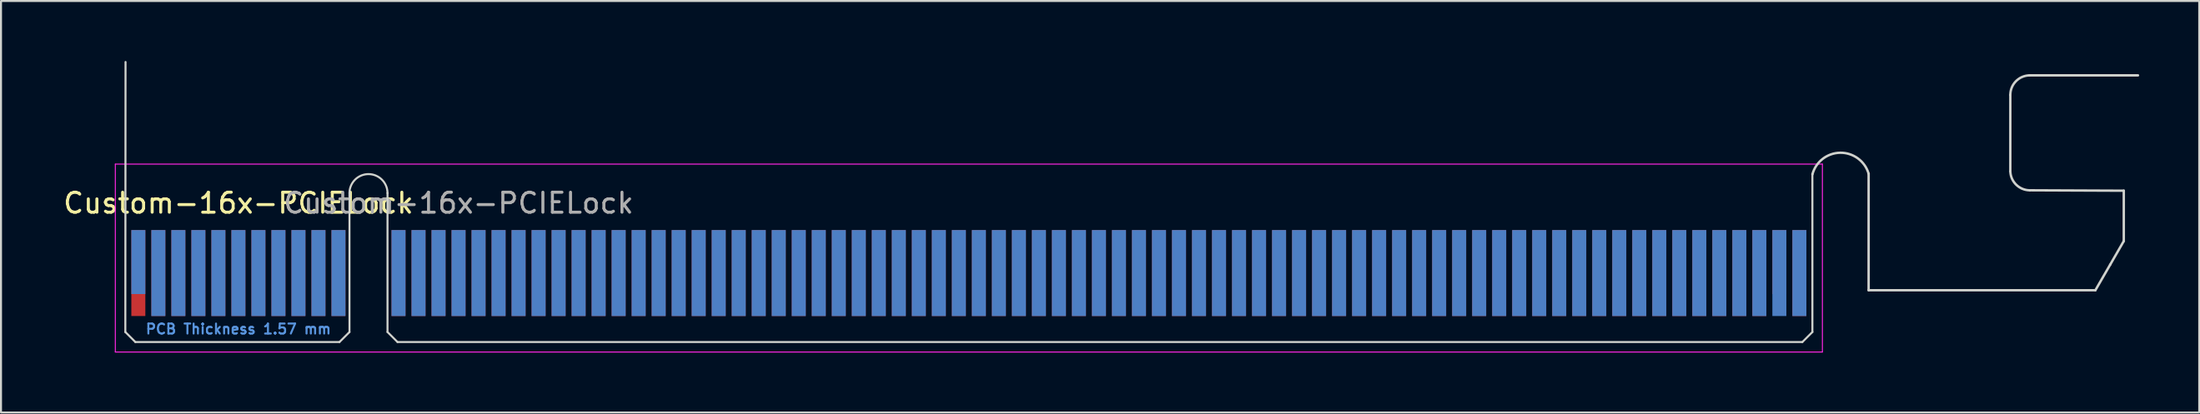
<source format=kicad_pcb>
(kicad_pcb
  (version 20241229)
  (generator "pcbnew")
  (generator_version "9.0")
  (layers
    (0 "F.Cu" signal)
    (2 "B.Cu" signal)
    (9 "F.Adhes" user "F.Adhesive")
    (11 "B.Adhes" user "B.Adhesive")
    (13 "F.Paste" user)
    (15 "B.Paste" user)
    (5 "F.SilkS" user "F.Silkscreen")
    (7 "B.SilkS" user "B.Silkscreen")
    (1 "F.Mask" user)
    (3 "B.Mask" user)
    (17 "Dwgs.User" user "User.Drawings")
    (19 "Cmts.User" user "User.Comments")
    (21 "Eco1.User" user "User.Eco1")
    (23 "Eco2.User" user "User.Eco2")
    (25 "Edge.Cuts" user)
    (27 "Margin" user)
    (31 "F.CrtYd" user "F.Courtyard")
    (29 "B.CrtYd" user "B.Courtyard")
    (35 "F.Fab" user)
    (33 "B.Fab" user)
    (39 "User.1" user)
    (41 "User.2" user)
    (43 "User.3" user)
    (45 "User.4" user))
  (footprint "Custom-16x-PCIELock"
    (layer "F.Cu")
    (at 3.863 10.61)
    (property "Reference" "Custom-16x-PCIELock" (at 5 -3.5 0) (layer "F.SilkS") (effects (font (size 1 1) (thickness 0.15))))
    (attr exclude_from_pos_files)
    (fp_line (start -0.65 2.95) (end -0.15 3.45) (stroke (width 0.1) (type solid)) (layer "Edge.Cuts"))
    (fp_line (start -0.64 -10.56) (end -0.65 2.95) (stroke (width 0.1) (type solid)) (layer "Edge.Cuts"))
    (fp_line (start -0.15 3.45) (end 10.05 3.45) (stroke (width 0.1) (type solid)) (layer "Edge.Cuts"))
    (fp_line (start 10.55 -4) (end 10.55 2.95) (stroke (width 0.1) (type solid)) (layer "Edge.Cuts"))
    (fp_line (start 10.55 2.95) (end 10.05 3.45) (stroke (width 0.1) (type solid)) (layer "Edge.Cuts"))
    (fp_line (start 12.45 -4) (end 12.45 2.95) (stroke (width 0.1) (type solid)) (layer "Edge.Cuts"))
    (fp_line (start 12.45 2.95) (end 12.95 3.45) (stroke (width 0.1) (type solid)) (layer "Edge.Cuts"))
    (fp_line (start 12.95 3.45) (end 83.15 3.45) (stroke (width 0.1) (type solid)) (layer "Edge.Cuts"))
    (fp_line (start 83.65 -4.95) (end 83.65 2.95) (stroke (width 0.1) (type solid)) (layer "Edge.Cuts"))
    (fp_line (start 83.65 2.95) (end 83.15 3.45) (stroke (width 0.1) (type solid)) (layer "Edge.Cuts"))
    (fp_line (start 86.46 -4.97) (end 86.46 0.86) (stroke (width 0.12) (type default)) (layer "Edge.Cuts"))
    (fp_line (start 86.46 0.86) (end 97.79 0.86) (stroke (width 0.12) (type default)) (layer "Edge.Cuts"))
    (fp_line (start 93.54 -5.09) (end 93.54 -8.91) (stroke (width 0.12) (type default)) (layer "Edge.Cuts"))
    (fp_line (start 94.49 -9.89) (end 99.92 -9.89) (stroke (width 0.12) (type default)) (layer "Edge.Cuts"))
    (fp_line (start 94.52 -4.14) (end 99.21 -4.12) (stroke (width 0.12) (type default)) (layer "Edge.Cuts"))
    (fp_line (start 97.79 0.86) (end 98.53 -0.42) (stroke (width 0.12) (type default)) (layer "Edge.Cuts"))
    (fp_line (start 98.53 -0.42) (end 99.21 -1.6) (stroke (width 0.12) (type default)) (layer "Edge.Cuts"))
    (fp_line (start 99.21 -4.12) (end 99.21 -1.6) (stroke (width 0.12) (type default)) (layer "Edge.Cuts"))
    (fp_arc (start 10.55 -4) (mid 11.5 -4.95) (end 12.45 -4) (stroke (width 0.1) (type solid)) (layer "Edge.Cuts"))
    (fp_arc (start 83.65164 -4.940263) (mid 85.044558 -6.018715) (end 86.46 -4.97) (stroke (width 0.12) (type default)) (layer "Edge.Cuts"))
    (fp_arc (start 93.54 -8.91) (mid 93.816643 -9.592601) (end 94.490459 -9.89) (stroke (width 0.12) (type default)) (layer "Edge.Cuts"))
    (fp_arc (start 94.52 -4.139541) (mid 93.8374 -4.416184) (end 93.54 -5.09) (stroke (width 0.12) (type default)) (layer "Edge.Cuts"))
    (fp_line (start -1.15 -5.45) (end -1.15 3.95) (stroke (width 0.05) (type solid)) (layer "F.CrtYd"))
    (fp_line (start -1.15 -5.45) (end 84.15 -5.45) (stroke (width 0.05) (type solid)) (layer "F.CrtYd"))
    (fp_line (start 84.15 3.95) (end -1.15 3.95) (stroke (width 0.05) (type solid)) (layer "F.CrtYd"))
    (fp_line (start 84.15 3.95) (end 84.15 -5.45) (stroke (width 0.05) (type solid)) (layer "F.CrtYd"))
    (fp_text user "PCB Thickness 1.57 mm" (at 5 2.8 0) (layer "Cmts.User") (effects (font (size 0.5 0.5) (thickness 0.1))))
    (fp_text user "${REFERENCE}" (at 16 -3.5 0) (layer "F.Fab") (effects (font (size 1 1) (thickness 0.15))))
    (pad "A1" connect rect (at 0 -0.55) (size 0.7 3.2) (layers "B.Cu" "B.Mask"))
    (pad "A2" connect rect (at 1 0) (size 0.7 4.3) (layers "B.Cu" "B.Mask"))
    (pad "A3" connect rect (at 2 0) (size 0.7 4.3) (layers "B.Cu" "B.Mask"))
    (pad "A4" connect rect (at 3 0) (size 0.7 4.3) (layers "B.Cu" "B.Mask"))
    (pad "A5" connect rect (at 4 0) (size 0.7 4.3) (layers "B.Cu" "B.Mask"))
    (pad "A6" connect rect (at 5 0) (size 0.7 4.3) (layers "B.Cu" "B.Mask"))
    (pad "A7" connect rect (at 6 0) (size 0.7 4.3) (layers "B.Cu" "B.Mask"))
    (pad "A8" connect rect (at 7 0) (size 0.7 4.3) (layers "B.Cu" "B.Mask"))
    (pad "A9" connect rect (at 8 0) (size 0.7 4.3) (layers "B.Cu" "B.Mask"))
    (pad "A10" connect rect (at 9 0) (size 0.7 4.3) (layers "B.Cu" "B.Mask"))
    (pad "A11" connect rect (at 10 0) (size 0.7 4.3) (layers "B.Cu" "B.Mask"))
    (pad "A12" connect rect (at 13 0) (size 0.7 4.3) (layers "B.Cu" "B.Mask"))
    (pad "A13" connect rect (at 14 0) (size 0.7 4.3) (layers "B.Cu" "B.Mask"))
    (pad "A14" connect rect (at 15 0) (size 0.7 4.3) (layers "B.Cu" "B.Mask"))
    (pad "A15" connect rect (at 16 0) (size 0.7 4.3) (layers "B.Cu" "B.Mask"))
    (pad "A16" connect rect (at 17 0) (size 0.7 4.3) (layers "B.Cu" "B.Mask"))
    (pad "A17" connect rect (at 18 0) (size 0.7 4.3) (layers "B.Cu" "B.Mask"))
    (pad "A18" connect rect (at 19 0) (size 0.7 4.3) (layers "B.Cu" "B.Mask"))
    (pad "A19" connect rect (at 20 0) (size 0.7 4.3) (layers "B.Cu" "B.Mask"))
    (pad "A20" connect rect (at 21 0) (size 0.7 4.3) (layers "B.Cu" "B.Mask"))
    (pad "A21" connect rect (at 22 0) (size 0.7 4.3) (layers "B.Cu" "B.Mask"))
    (pad "A22" connect rect (at 23 0) (size 0.7 4.3) (layers "B.Cu" "B.Mask"))
    (pad "A23" connect rect (at 24 0) (size 0.7 4.3) (layers "B.Cu" "B.Mask"))
    (pad "A24" connect rect (at 25 0) (size 0.7 4.3) (layers "B.Cu" "B.Mask"))
    (pad "A25" connect rect (at 26 0) (size 0.7 4.3) (layers "B.Cu" "B.Mask"))
    (pad "A26" connect rect (at 27 0) (size 0.7 4.3) (layers "B.Cu" "B.Mask"))
    (pad "A27" connect rect (at 28 0) (size 0.7 4.3) (layers "B.Cu" "B.Mask"))
    (pad "A28" connect rect (at 29 0) (size 0.7 4.3) (layers "B.Cu" "B.Mask"))
    (pad "A29" connect rect (at 30 0) (size 0.7 4.3) (layers "B.Cu" "B.Mask"))
    (pad "A30" connect rect (at 31 0) (size 0.7 4.3) (layers "B.Cu" "B.Mask"))
    (pad "A31" connect rect (at 32 0) (size 0.7 4.3) (layers "B.Cu" "B.Mask"))
    (pad "A32" connect rect (at 33 0) (size 0.7 4.3) (layers "B.Cu" "B.Mask"))
    (pad "A33" connect rect (at 34 0) (size 0.7 4.3) (layers "B.Cu" "B.Mask"))
    (pad "A34" connect rect (at 35 0) (size 0.7 4.3) (layers "B.Cu" "B.Mask"))
    (pad "A35" connect rect (at 36 0) (size 0.7 4.3) (layers "B.Cu" "B.Mask"))
    (pad "A36" connect rect (at 37 0) (size 0.7 4.3) (layers "B.Cu" "B.Mask"))
    (pad "A37" connect rect (at 38 0) (size 0.7 4.3) (layers "B.Cu" "B.Mask"))
    (pad "A38" connect rect (at 39 0) (size 0.7 4.3) (layers "B.Cu" "B.Mask"))
    (pad "A39" connect rect (at 40 0) (size 0.7 4.3) (layers "B.Cu" "B.Mask"))
    (pad "A40" connect rect (at 41 0) (size 0.7 4.3) (layers "B.Cu" "B.Mask"))
    (pad "A41" connect rect (at 42 0) (size 0.7 4.3) (layers "B.Cu" "B.Mask"))
    (pad "A42" connect rect (at 43 0) (size 0.7 4.3) (layers "B.Cu" "B.Mask"))
    (pad "A43" connect rect (at 44 0) (size 0.7 4.3) (layers "B.Cu" "B.Mask"))
    (pad "A44" connect rect (at 45 0) (size 0.7 4.3) (layers "B.Cu" "B.Mask"))
    (pad "A45" connect rect (at 46 0) (size 0.7 4.3) (layers "B.Cu" "B.Mask"))
    (pad "A46" connect rect (at 47 0) (size 0.7 4.3) (layers "B.Cu" "B.Mask"))
    (pad "A47" connect rect (at 48 0) (size 0.7 4.3) (layers "B.Cu" "B.Mask"))
    (pad "A48" connect rect (at 49 0) (size 0.7 4.3) (layers "B.Cu" "B.Mask"))
    (pad "A49" connect rect (at 50 0) (size 0.7 4.3) (layers "B.Cu" "B.Mask"))
    (pad "A50" connect rect (at 51 0) (size 0.7 4.3) (layers "B.Cu" "B.Mask"))
    (pad "A51" connect rect (at 52 0) (size 0.7 4.3) (layers "B.Cu" "B.Mask"))
    (pad "A52" connect rect (at 53 0) (size 0.7 4.3) (layers "B.Cu" "B.Mask"))
    (pad "A53" connect rect (at 54 0) (size 0.7 4.3) (layers "B.Cu" "B.Mask"))
    (pad "A54" connect rect (at 55 0) (size 0.7 4.3) (layers "B.Cu" "B.Mask"))
    (pad "A55" connect rect (at 56 0) (size 0.7 4.3) (layers "B.Cu" "B.Mask"))
    (pad "A56" connect rect (at 57 0) (size 0.7 4.3) (layers "B.Cu" "B.Mask"))
    (pad "A57" connect rect (at 58 0) (size 0.7 4.3) (layers "B.Cu" "B.Mask"))
    (pad "A58" connect rect (at 59 0) (size 0.7 4.3) (layers "B.Cu" "B.Mask"))
    (pad "A59" connect rect (at 60 0) (size 0.7 4.3) (layers "B.Cu" "B.Mask"))
    (pad "A60" connect rect (at 61 0) (size 0.7 4.3) (layers "B.Cu" "B.Mask"))
    (pad "A61" connect rect (at 62 0) (size 0.7 4.3) (layers "B.Cu" "B.Mask"))
    (pad "A62" connect rect (at 63 0) (size 0.7 4.3) (layers "B.Cu" "B.Mask"))
    (pad "A63" connect rect (at 64 0) (size 0.7 4.3) (layers "B.Cu" "B.Mask"))
    (pad "A64" connect rect (at 65 0) (size 0.7 4.3) (layers "B.Cu" "B.Mask"))
    (pad "A65" connect rect (at 66 0) (size 0.7 4.3) (layers "B.Cu" "B.Mask"))
    (pad "A66" connect rect (at 67 0) (size 0.7 4.3) (layers "B.Cu" "B.Mask"))
    (pad "A67" connect rect (at 68 0) (size 0.7 4.3) (layers "B.Cu" "B.Mask"))
    (pad "A68" connect rect (at 69 0) (size 0.7 4.3) (layers "B.Cu" "B.Mask"))
    (pad "A69" connect rect (at 70 0) (size 0.7 4.3) (layers "B.Cu" "B.Mask"))
    (pad "A70" connect rect (at 71 0) (size 0.7 4.3) (layers "B.Cu" "B.Mask"))
    (pad "A71" connect rect (at 72 0) (size 0.7 4.3) (layers "B.Cu" "B.Mask"))
    (pad "A72" connect rect (at 73 0) (size 0.7 4.3) (layers "B.Cu" "B.Mask"))
    (pad "A73" connect rect (at 74 0) (size 0.7 4.3) (layers "B.Cu" "B.Mask"))
    (pad "A74" connect rect (at 75 0) (size 0.7 4.3) (layers "B.Cu" "B.Mask"))
    (pad "A75" connect rect (at 76 0) (size 0.7 4.3) (layers "B.Cu" "B.Mask"))
    (pad "A76" connect rect (at 77 0) (size 0.7 4.3) (layers "B.Cu" "B.Mask"))
    (pad "A77" connect rect (at 78 0) (size 0.7 4.3) (layers "B.Cu" "B.Mask"))
    (pad "A78" connect rect (at 79 0) (size 0.7 4.3) (layers "B.Cu" "B.Mask"))
    (pad "A79" connect rect (at 80 0) (size 0.7 4.3) (layers "B.Cu" "B.Mask"))
    (pad "A80" connect rect (at 81 0) (size 0.7 4.3) (layers "B.Cu" "B.Mask"))
    (pad "A81" connect rect (at 82 0) (size 0.7 4.3) (layers "B.Cu" "B.Mask"))
    (pad "A82" connect rect (at 83 0) (size 0.7 4.3) (layers "B.Cu" "B.Mask"))
    (pad "B1" connect rect (at 0 0) (size 0.7 4.3) (layers "F.Cu" "F.Mask"))
    (pad "B2" connect rect (at 1 0) (size 0.7 4.3) (layers "F.Cu" "F.Mask"))
    (pad "B3" connect rect (at 2 0) (size 0.7 4.3) (layers "F.Cu" "F.Mask"))
    (pad "B4" connect rect (at 3 0) (size 0.7 4.3) (layers "F.Cu" "F.Mask"))
    (pad "B5" connect rect (at 4 0) (size 0.7 4.3) (layers "F.Cu" "F.Mask"))
    (pad "B6" connect rect (at 5 0) (size 0.7 4.3) (layers "F.Cu" "F.Mask"))
    (pad "B7" connect rect (at 6 0) (size 0.7 4.3) (layers "F.Cu" "F.Mask"))
    (pad "B8" connect rect (at 7 0) (size 0.7 4.3) (layers "F.Cu" "F.Mask"))
    (pad "B9" connect rect (at 8 0) (size 0.7 4.3) (layers "F.Cu" "F.Mask"))
    (pad "B10" connect rect (at 9 0) (size 0.7 4.3) (layers "F.Cu" "F.Mask"))
    (pad "B11" connect rect (at 10 0) (size 0.7 4.3) (layers "F.Cu" "F.Mask"))
    (pad "B12" connect rect (at 13 0) (size 0.7 4.3) (layers "F.Cu" "F.Mask"))
    (pad "B13" connect rect (at 14 0) (size 0.7 4.3) (layers "F.Cu" "F.Mask"))
    (pad "B14" connect rect (at 15 0) (size 0.7 4.3) (layers "F.Cu" "F.Mask"))
    (pad "B15" connect rect (at 16 0) (size 0.7 4.3) (layers "F.Cu" "F.Mask"))
    (pad "B16" connect rect (at 17 0) (size 0.7 4.3) (layers "F.Cu" "F.Mask"))
    (pad "B17" connect rect (at 18 0) (size 0.7 4.3) (layers "F.Cu" "F.Mask"))
    (pad "B18" connect rect (at 19 0) (size 0.7 4.3) (layers "F.Cu" "F.Mask"))
    (pad "B19" connect rect (at 20 0) (size 0.7 4.3) (layers "F.Cu" "F.Mask"))
    (pad "B20" connect rect (at 21 0) (size 0.7 4.3) (layers "F.Cu" "F.Mask"))
    (pad "B21" connect rect (at 22 0) (size 0.7 4.3) (layers "F.Cu" "F.Mask"))
    (pad "B22" connect rect (at 23 0) (size 0.7 4.3) (layers "F.Cu" "F.Mask"))
    (pad "B23" connect rect (at 24 0) (size 0.7 4.3) (layers "F.Cu" "F.Mask"))
    (pad "B24" connect rect (at 25 0) (size 0.7 4.3) (layers "F.Cu" "F.Mask"))
    (pad "B25" connect rect (at 26 0) (size 0.7 4.3) (layers "F.Cu" "F.Mask"))
    (pad "B26" connect rect (at 27 0) (size 0.7 4.3) (layers "F.Cu" "F.Mask"))
    (pad "B27" connect rect (at 28 0) (size 0.7 4.3) (layers "F.Cu" "F.Mask"))
    (pad "B28" connect rect (at 29 0) (size 0.7 4.3) (layers "F.Cu" "F.Mask"))
    (pad "B29" connect rect (at 30 0) (size 0.7 4.3) (layers "F.Cu" "F.Mask"))
    (pad "B30" connect rect (at 31 0) (size 0.7 4.3) (layers "F.Cu" "F.Mask"))
    (pad "B31" connect rect (at 32 0) (size 0.7 4.3) (layers "F.Cu" "F.Mask"))
    (pad "B32" connect rect (at 33 0) (size 0.7 4.3) (layers "F.Cu" "F.Mask"))
    (pad "B33" connect rect (at 34 0) (size 0.7 4.3) (layers "F.Cu" "F.Mask"))
    (pad "B34" connect rect (at 35 0) (size 0.7 4.3) (layers "F.Cu" "F.Mask"))
    (pad "B35" connect rect (at 36 0) (size 0.7 4.3) (layers "F.Cu" "F.Mask"))
    (pad "B36" connect rect (at 37 0) (size 0.7 4.3) (layers "F.Cu" "F.Mask"))
    (pad "B37" connect rect (at 38 0) (size 0.7 4.3) (layers "F.Cu" "F.Mask"))
    (pad "B38" connect rect (at 39 0) (size 0.7 4.3) (layers "F.Cu" "F.Mask"))
    (pad "B39" connect rect (at 40 0) (size 0.7 4.3) (layers "F.Cu" "F.Mask"))
    (pad "B40" connect rect (at 41 0) (size 0.7 4.3) (layers "F.Cu" "F.Mask"))
    (pad "B41" connect rect (at 42 0) (size 0.7 4.3) (layers "F.Cu" "F.Mask"))
    (pad "B42" connect rect (at 43 0) (size 0.7 4.3) (layers "F.Cu" "F.Mask"))
    (pad "B43" connect rect (at 44 0) (size 0.7 4.3) (layers "F.Cu" "F.Mask"))
    (pad "B44" connect rect (at 45 0) (size 0.7 4.3) (layers "F.Cu" "F.Mask"))
    (pad "B45" connect rect (at 46 0) (size 0.7 4.3) (layers "F.Cu" "F.Mask"))
    (pad "B46" connect rect (at 47 0) (size 0.7 4.3) (layers "F.Cu" "F.Mask"))
    (pad "B47" connect rect (at 48 0) (size 0.7 4.3) (layers "F.Cu" "F.Mask"))
    (pad "B48" connect rect (at 49 0) (size 0.7 4.3) (layers "F.Cu" "F.Mask"))
    (pad "B49" connect rect (at 50 0) (size 0.7 4.3) (layers "F.Cu" "F.Mask"))
    (pad "B50" connect rect (at 51 0) (size 0.7 4.3) (layers "F.Cu" "F.Mask"))
    (pad "B51" connect rect (at 52 0) (size 0.7 4.3) (layers "F.Cu" "F.Mask"))
    (pad "B52" connect rect (at 53 0) (size 0.7 4.3) (layers "F.Cu" "F.Mask"))
    (pad "B53" connect rect (at 54 0) (size 0.7 4.3) (layers "F.Cu" "F.Mask"))
    (pad "B54" connect rect (at 55 0) (size 0.7 4.3) (layers "F.Cu" "F.Mask"))
    (pad "B55" connect rect (at 56 0) (size 0.7 4.3) (layers "F.Cu" "F.Mask"))
    (pad "B56" connect rect (at 57 0) (size 0.7 4.3) (layers "F.Cu" "F.Mask"))
    (pad "B57" connect rect (at 58 0) (size 0.7 4.3) (layers "F.Cu" "F.Mask"))
    (pad "B58" connect rect (at 59 0) (size 0.7 4.3) (layers "F.Cu" "F.Mask"))
    (pad "B59" connect rect (at 60 0) (size 0.7 4.3) (layers "F.Cu" "F.Mask"))
    (pad "B60" connect rect (at 61 0) (size 0.7 4.3) (layers "F.Cu" "F.Mask"))
    (pad "B61" connect rect (at 62 0) (size 0.7 4.3) (layers "F.Cu" "F.Mask"))
    (pad "B62" connect rect (at 63 0) (size 0.7 4.3) (layers "F.Cu" "F.Mask"))
    (pad "B63" connect rect (at 64 0) (size 0.7 4.3) (layers "F.Cu" "F.Mask"))
    (pad "B64" connect rect (at 65 0) (size 0.7 4.3) (layers "F.Cu" "F.Mask"))
    (pad "B65" connect rect (at 66 0) (size 0.7 4.3) (layers "F.Cu" "F.Mask"))
    (pad "B66" connect rect (at 67 0) (size 0.7 4.3) (layers "F.Cu" "F.Mask"))
    (pad "B67" connect rect (at 68 0) (size 0.7 4.3) (layers "F.Cu" "F.Mask"))
    (pad "B68" connect rect (at 69 0) (size 0.7 4.3) (layers "F.Cu" "F.Mask"))
    (pad "B69" connect rect (at 70 0) (size 0.7 4.3) (layers "F.Cu" "F.Mask"))
    (pad "B70" connect rect (at 71 0) (size 0.7 4.3) (layers "F.Cu" "F.Mask"))
    (pad "B71" connect rect (at 72 0) (size 0.7 4.3) (layers "F.Cu" "F.Mask"))
    (pad "B72" connect rect (at 73 0) (size 0.7 4.3) (layers "F.Cu" "F.Mask"))
    (pad "B73" connect rect (at 74 0) (size 0.7 4.3) (layers "F.Cu" "F.Mask"))
    (pad "B74" connect rect (at 75 0) (size 0.7 4.3) (layers "F.Cu" "F.Mask"))
    (pad "B75" connect rect (at 76 0) (size 0.7 4.3) (layers "F.Cu" "F.Mask"))
    (pad "B76" connect rect (at 77 0) (size 0.7 4.3) (layers "F.Cu" "F.Mask"))
    (pad "B77" connect rect (at 78 0) (size 0.7 4.3) (layers "F.Cu" "F.Mask"))
    (pad "B78" connect rect (at 79 0) (size 0.7 4.3) (layers "F.Cu" "F.Mask"))
    (pad "B79" connect rect (at 80 0) (size 0.7 4.3) (layers "F.Cu" "F.Mask"))
    (pad "B80" connect rect (at 81 0) (size 0.7 4.3) (layers "F.Cu" "F.Mask"))
    (pad "B81" connect rect (at 82 -0.55) (size 0.7 3.2) (layers "F.Cu" "F.Mask"))
    (pad "B82" connect rect (at 83 0) (size 0.7 4.3) (layers "F.Cu" "F.Mask")))
  (gr_rect
    (start -3 -3)
    (end 106.843 17.585)
    (stroke (width 0.1) (type default))
    (fill no)
    (layer "Edge.Cuts")))
</source>
